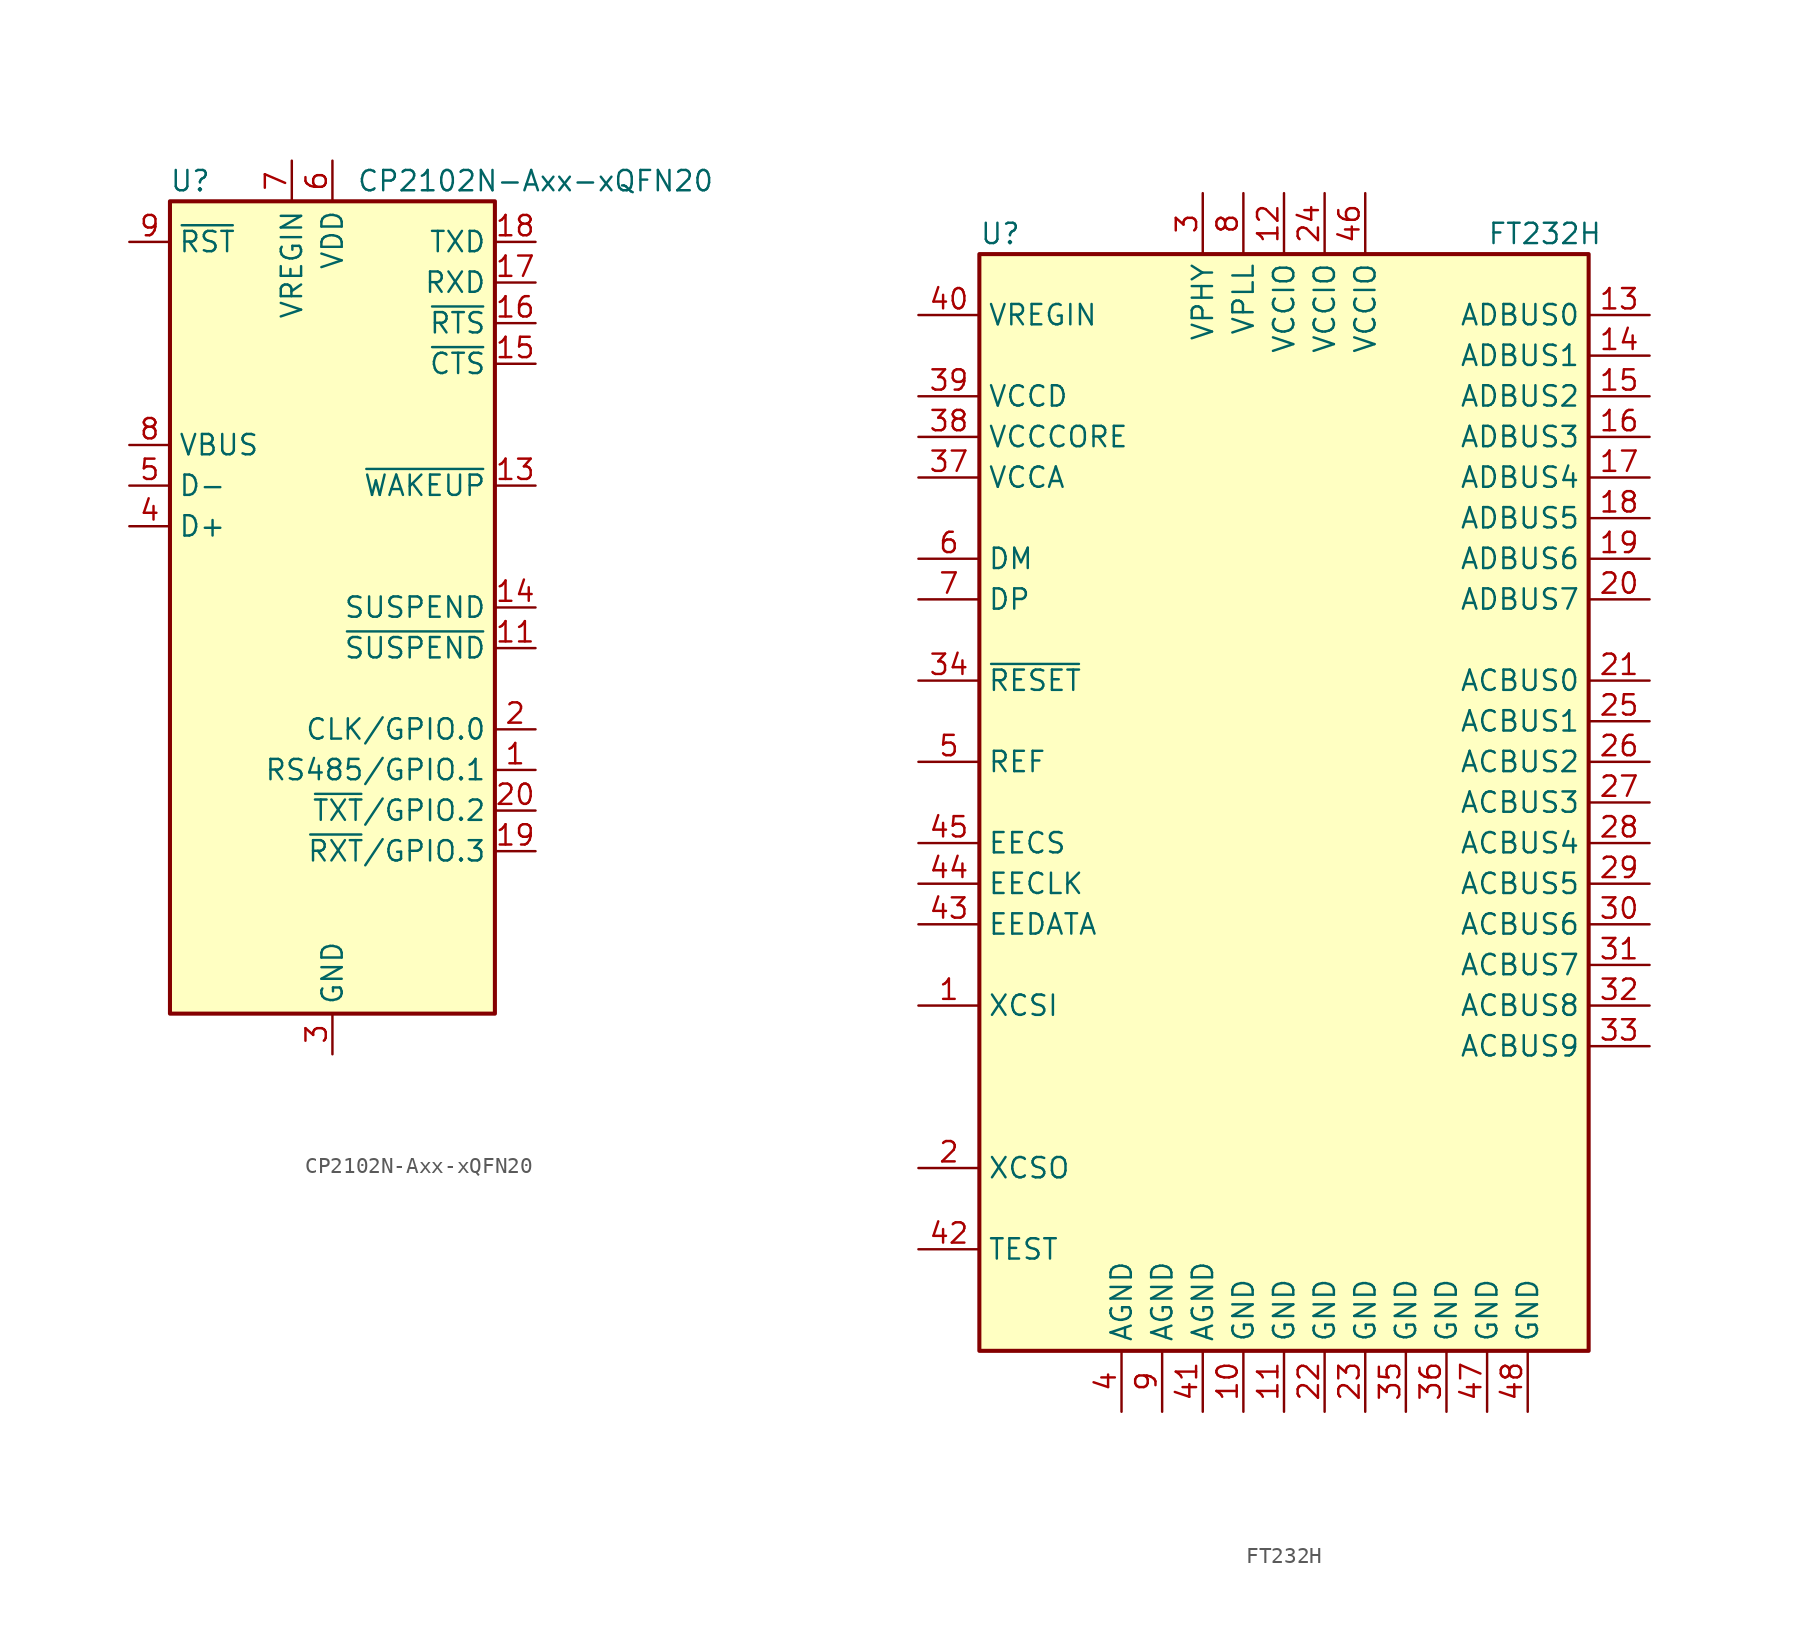
<source format=kicad_sym>
(kicad_symbol_lib
  (version 20200908)
  (generator kicad_symbol_editor)
  (symbol "Interface_USB:CP2102N-Axx-xQFN20"
    (property "Reference" "U"
      (at -8.89 26.67 0)
      (effects (font (size 1.27 1.27))))
    (property "Value" "CP2102N-Axx-xQFN20"
      (at 12.7 26.67 0)
      (effects (font (size 1.27 1.27))))
    (symbol "CP2102N-Axx-xQFN20_0_1"
      (rectangle (start -10.16 25.4) (end 10.16 -25.4) (stroke (width 0.254)) (fill (type background))))
    (symbol "CP2102N-Axx-xQFN20_1_1"
      (pin bidirectional line (at 12.7 -10.16 180) (length 2.54) (name "RS485/GPIO.1" (effects (font (size 1.27 1.27)))) (number "1" (effects (font (size 1.27 1.27)))))
      (pin unconnected line (at -10.16 -22.86 0) (length 2.54) hide (name "NC" (effects (font (size 1.27 1.27)))) (number "10" (effects (font (size 1.27 1.27)))))
      (pin output line (at 12.7 -2.54 180) (length 2.54) (name "~SUSPEND" (effects (font (size 1.27 1.27)))) (number "11" (effects (font (size 1.27 1.27)))))
      (pin passive line (at 0 -27.94 90) (length 2.54) hide (name "GND" (effects (font (size 1.27 1.27)))) (number "12" (effects (font (size 1.27 1.27)))))
      (pin input line (at 12.7 7.62 180) (length 2.54) (name "~WAKEUP" (effects (font (size 1.27 1.27)))) (number "13" (effects (font (size 1.27 1.27)))))
      (pin output line (at 12.7 0 180) (length 2.54) (name "SUSPEND" (effects (font (size 1.27 1.27)))) (number "14" (effects (font (size 1.27 1.27)))))
      (pin input line (at 12.7 15.24 180) (length 2.54) (name "~CTS" (effects (font (size 1.27 1.27)))) (number "15" (effects (font (size 1.27 1.27)))))
      (pin output line (at 12.7 17.78 180) (length 2.54) (name "~RTS" (effects (font (size 1.27 1.27)))) (number "16" (effects (font (size 1.27 1.27)))))
      (pin input line (at 12.7 20.32 180) (length 2.54) (name "RXD" (effects (font (size 1.27 1.27)))) (number "17" (effects (font (size 1.27 1.27)))))
      (pin output line (at 12.7 22.86 180) (length 2.54) (name "TXD" (effects (font (size 1.27 1.27)))) (number "18" (effects (font (size 1.27 1.27)))))
      (pin bidirectional line (at 12.7 -15.24 180) (length 2.54) (name "~RXT~/GPIO.3" (effects (font (size 1.27 1.27)))) (number "19" (effects (font (size 1.27 1.27)))))
      (pin bidirectional line (at 12.7 -7.62 180) (length 2.54) (name "CLK/GPIO.0" (effects (font (size 1.27 1.27)))) (number "2" (effects (font (size 1.27 1.27)))))
      (pin bidirectional line (at 12.7 -12.7 180) (length 2.54) (name "~TXT~/GPIO.2" (effects (font (size 1.27 1.27)))) (number "20" (effects (font (size 1.27 1.27)))))
      (pin passive line (at 0 -27.94 90) (length 2.54) hide (name "GND" (effects (font (size 1.27 1.27)))) (number "21" (effects (font (size 1.27 1.27)))))
      (pin power_in line (at 0 -27.94 90) (length 2.54) (name "GND" (effects (font (size 1.27 1.27)))) (number "3" (effects (font (size 1.27 1.27)))))
      (pin bidirectional line (at -12.7 5.08 0) (length 2.54) (name "D+" (effects (font (size 1.27 1.27)))) (number "4" (effects (font (size 1.27 1.27)))))
      (pin bidirectional line (at -12.7 7.62 0) (length 2.54) (name "D-" (effects (font (size 1.27 1.27)))) (number "5" (effects (font (size 1.27 1.27)))))
      (pin power_in line (at 0 27.94 270) (length 2.54) (name "VDD" (effects (font (size 1.27 1.27)))) (number "6" (effects (font (size 1.27 1.27)))))
      (pin power_in line (at -2.54 27.94 270) (length 2.54) (name "VREGIN" (effects (font (size 1.27 1.27)))) (number "7" (effects (font (size 1.27 1.27)))))
      (pin input line (at -12.7 10.16 0) (length 2.54) (name "VBUS" (effects (font (size 1.27 1.27)))) (number "8" (effects (font (size 1.27 1.27)))))
      (pin input line (at -12.7 22.86 0) (length 2.54) (name "~RST" (effects (font (size 1.27 1.27)))) (number "9" (effects (font (size 1.27 1.27)))))))
  (symbol "Interface_USB:FT232H"
    (property "Reference" "U"
      (at -19.05 35.56 0)
      (effects (font (size 1.27 1.27)) (justify left)))
    (property "Value" "FT232H"
      (at 12.7 35.56 0)
      (effects (font (size 1.27 1.27)) (justify left)))
    (symbol "FT232H_0_1"
      (rectangle (start -19.05 34.29) (end 19.05 -34.29) (stroke (width 0.254)) (fill (type background))))
    (symbol "FT232H_1_1"
      (pin input line (at -22.86 -12.7 0) (length 3.81) (name "XCSI" (effects (font (size 1.27 1.27)))) (number "1" (effects (font (size 1.27 1.27)))))
      (pin power_in line (at -2.54 -38.1 90) (length 3.81) (name "GND" (effects (font (size 1.27 1.27)))) (number "10" (effects (font (size 1.27 1.27)))))
      (pin power_in line (at 0 -38.1 90) (length 3.81) (name "GND" (effects (font (size 1.27 1.27)))) (number "11" (effects (font (size 1.27 1.27)))))
      (pin power_in line (at 0 38.1 270) (length 3.81) (name "VCCIO" (effects (font (size 1.27 1.27)))) (number "12" (effects (font (size 1.27 1.27)))))
      (pin bidirectional line (at 22.86 30.48 180) (length 3.81) (name "ADBUS0" (effects (font (size 1.27 1.27)))) (number "13" (effects (font (size 1.27 1.27)))))
      (pin bidirectional line (at 22.86 27.94 180) (length 3.81) (name "ADBUS1" (effects (font (size 1.27 1.27)))) (number "14" (effects (font (size 1.27 1.27)))))
      (pin bidirectional line (at 22.86 25.4 180) (length 3.81) (name "ADBUS2" (effects (font (size 1.27 1.27)))) (number "15" (effects (font (size 1.27 1.27)))))
      (pin bidirectional line (at 22.86 22.86 180) (length 3.81) (name "ADBUS3" (effects (font (size 1.27 1.27)))) (number "16" (effects (font (size 1.27 1.27)))))
      (pin bidirectional line (at 22.86 20.32 180) (length 3.81) (name "ADBUS4" (effects (font (size 1.27 1.27)))) (number "17" (effects (font (size 1.27 1.27)))))
      (pin bidirectional line (at 22.86 17.78 180) (length 3.81) (name "ADBUS5" (effects (font (size 1.27 1.27)))) (number "18" (effects (font (size 1.27 1.27)))))
      (pin bidirectional line (at 22.86 15.24 180) (length 3.81) (name "ADBUS6" (effects (font (size 1.27 1.27)))) (number "19" (effects (font (size 1.27 1.27)))))
      (pin output line (at -22.86 -22.86 0) (length 3.81) (name "XCSO" (effects (font (size 1.27 1.27)))) (number "2" (effects (font (size 1.27 1.27)))))
      (pin bidirectional line (at 22.86 12.7 180) (length 3.81) (name "ADBUS7" (effects (font (size 1.27 1.27)))) (number "20" (effects (font (size 1.27 1.27)))))
      (pin bidirectional line (at 22.86 7.62 180) (length 3.81) (name "ACBUS0" (effects (font (size 1.27 1.27)))) (number "21" (effects (font (size 1.27 1.27)))))
      (pin power_in line (at 2.54 -38.1 90) (length 3.81) (name "GND" (effects (font (size 1.27 1.27)))) (number "22" (effects (font (size 1.27 1.27)))))
      (pin power_in line (at 5.08 -38.1 90) (length 3.81) (name "GND" (effects (font (size 1.27 1.27)))) (number "23" (effects (font (size 1.27 1.27)))))
      (pin power_in line (at 2.54 38.1 270) (length 3.81) (name "VCCIO" (effects (font (size 1.27 1.27)))) (number "24" (effects (font (size 1.27 1.27)))))
      (pin bidirectional line (at 22.86 5.08 180) (length 3.81) (name "ACBUS1" (effects (font (size 1.27 1.27)))) (number "25" (effects (font (size 1.27 1.27)))))
      (pin bidirectional line (at 22.86 2.54 180) (length 3.81) (name "ACBUS2" (effects (font (size 1.27 1.27)))) (number "26" (effects (font (size 1.27 1.27)))))
      (pin bidirectional line (at 22.86 0 180) (length 3.81) (name "ACBUS3" (effects (font (size 1.27 1.27)))) (number "27" (effects (font (size 1.27 1.27)))))
      (pin bidirectional line (at 22.86 -2.54 180) (length 3.81) (name "ACBUS4" (effects (font (size 1.27 1.27)))) (number "28" (effects (font (size 1.27 1.27)))))
      (pin bidirectional line (at 22.86 -5.08 180) (length 3.81) (name "ACBUS5" (effects (font (size 1.27 1.27)))) (number "29" (effects (font (size 1.27 1.27)))))
      (pin power_in line (at -5.08 38.1 270) (length 3.81) (name "VPHY" (effects (font (size 1.27 1.27)))) (number "3" (effects (font (size 1.27 1.27)))))
      (pin bidirectional line (at 22.86 -7.62 180) (length 3.81) (name "ACBUS6" (effects (font (size 1.27 1.27)))) (number "30" (effects (font (size 1.27 1.27)))))
      (pin bidirectional line (at 22.86 -10.16 180) (length 3.81) (name "ACBUS7" (effects (font (size 1.27 1.27)))) (number "31" (effects (font (size 1.27 1.27)))))
      (pin bidirectional line (at 22.86 -12.7 180) (length 3.81) (name "ACBUS8" (effects (font (size 1.27 1.27)))) (number "32" (effects (font (size 1.27 1.27)))))
      (pin bidirectional line (at 22.86 -15.24 180) (length 3.81) (name "ACBUS9" (effects (font (size 1.27 1.27)))) (number "33" (effects (font (size 1.27 1.27)))))
      (pin input line (at -22.86 7.62 0) (length 3.81) (name "~RESET" (effects (font (size 1.27 1.27)))) (number "34" (effects (font (size 1.27 1.27)))))
      (pin power_in line (at 7.62 -38.1 90) (length 3.81) (name "GND" (effects (font (size 1.27 1.27)))) (number "35" (effects (font (size 1.27 1.27)))))
      (pin power_in line (at 10.16 -38.1 90) (length 3.81) (name "GND" (effects (font (size 1.27 1.27)))) (number "36" (effects (font (size 1.27 1.27)))))
      (pin power_out line (at -22.86 20.32 0) (length 3.81) (name "VCCA" (effects (font (size 1.27 1.27)))) (number "37" (effects (font (size 1.27 1.27)))))
      (pin power_out line (at -22.86 22.86 0) (length 3.81) (name "VCCCORE" (effects (font (size 1.27 1.27)))) (number "38" (effects (font (size 1.27 1.27)))))
      (pin power_in line (at -22.86 25.4 0) (length 3.81) (name "VCCD" (effects (font (size 1.27 1.27)))) (number "39" (effects (font (size 1.27 1.27)))))
      (pin power_in line (at -10.16 -38.1 90) (length 3.81) (name "AGND" (effects (font (size 1.27 1.27)))) (number "4" (effects (font (size 1.27 1.27)))))
      (pin power_in line (at -22.86 30.48 0) (length 3.81) (name "VREGIN" (effects (font (size 1.27 1.27)))) (number "40" (effects (font (size 1.27 1.27)))))
      (pin power_in line (at -5.08 -38.1 90) (length 3.81) (name "AGND" (effects (font (size 1.27 1.27)))) (number "41" (effects (font (size 1.27 1.27)))))
      (pin input line (at -22.86 -27.94 0) (length 3.81) (name "TEST" (effects (font (size 1.27 1.27)))) (number "42" (effects (font (size 1.27 1.27)))))
      (pin bidirectional line (at -22.86 -7.62 0) (length 3.81) (name "EEDATA" (effects (font (size 1.27 1.27)))) (number "43" (effects (font (size 1.27 1.27)))))
      (pin input line (at -22.86 -5.08 0) (length 3.81) (name "EECLK" (effects (font (size 1.27 1.27)))) (number "44" (effects (font (size 1.27 1.27)))))
      (pin input line (at -22.86 -2.54 0) (length 3.81) (name "EECS" (effects (font (size 1.27 1.27)))) (number "45" (effects (font (size 1.27 1.27)))))
      (pin power_in line (at 5.08 38.1 270) (length 3.81) (name "VCCIO" (effects (font (size 1.27 1.27)))) (number "46" (effects (font (size 1.27 1.27)))))
      (pin power_in line (at 12.7 -38.1 90) (length 3.81) (name "GND" (effects (font (size 1.27 1.27)))) (number "47" (effects (font (size 1.27 1.27)))))
      (pin power_in line (at 15.24 -38.1 90) (length 3.81) (name "GND" (effects (font (size 1.27 1.27)))) (number "48" (effects (font (size 1.27 1.27)))))
      (pin input line (at -22.86 2.54 0) (length 3.81) (name "REF" (effects (font (size 1.27 1.27)))) (number "5" (effects (font (size 1.27 1.27)))))
      (pin bidirectional line (at -22.86 15.24 0) (length 3.81) (name "DM" (effects (font (size 1.27 1.27)))) (number "6" (effects (font (size 1.27 1.27)))))
      (pin bidirectional line (at -22.86 12.7 0) (length 3.81) (name "DP" (effects (font (size 1.27 1.27)))) (number "7" (effects (font (size 1.27 1.27)))))
      (pin power_in line (at -2.54 38.1 270) (length 3.81) (name "VPLL" (effects (font (size 1.27 1.27)))) (number "8" (effects (font (size 1.27 1.27)))))
      (pin power_in line (at -7.62 -38.1 90) (length 3.81) (name "AGND" (effects (font (size 1.27 1.27)))) (number "9" (effects (font (size 1.27 1.27))))))))
</source>
